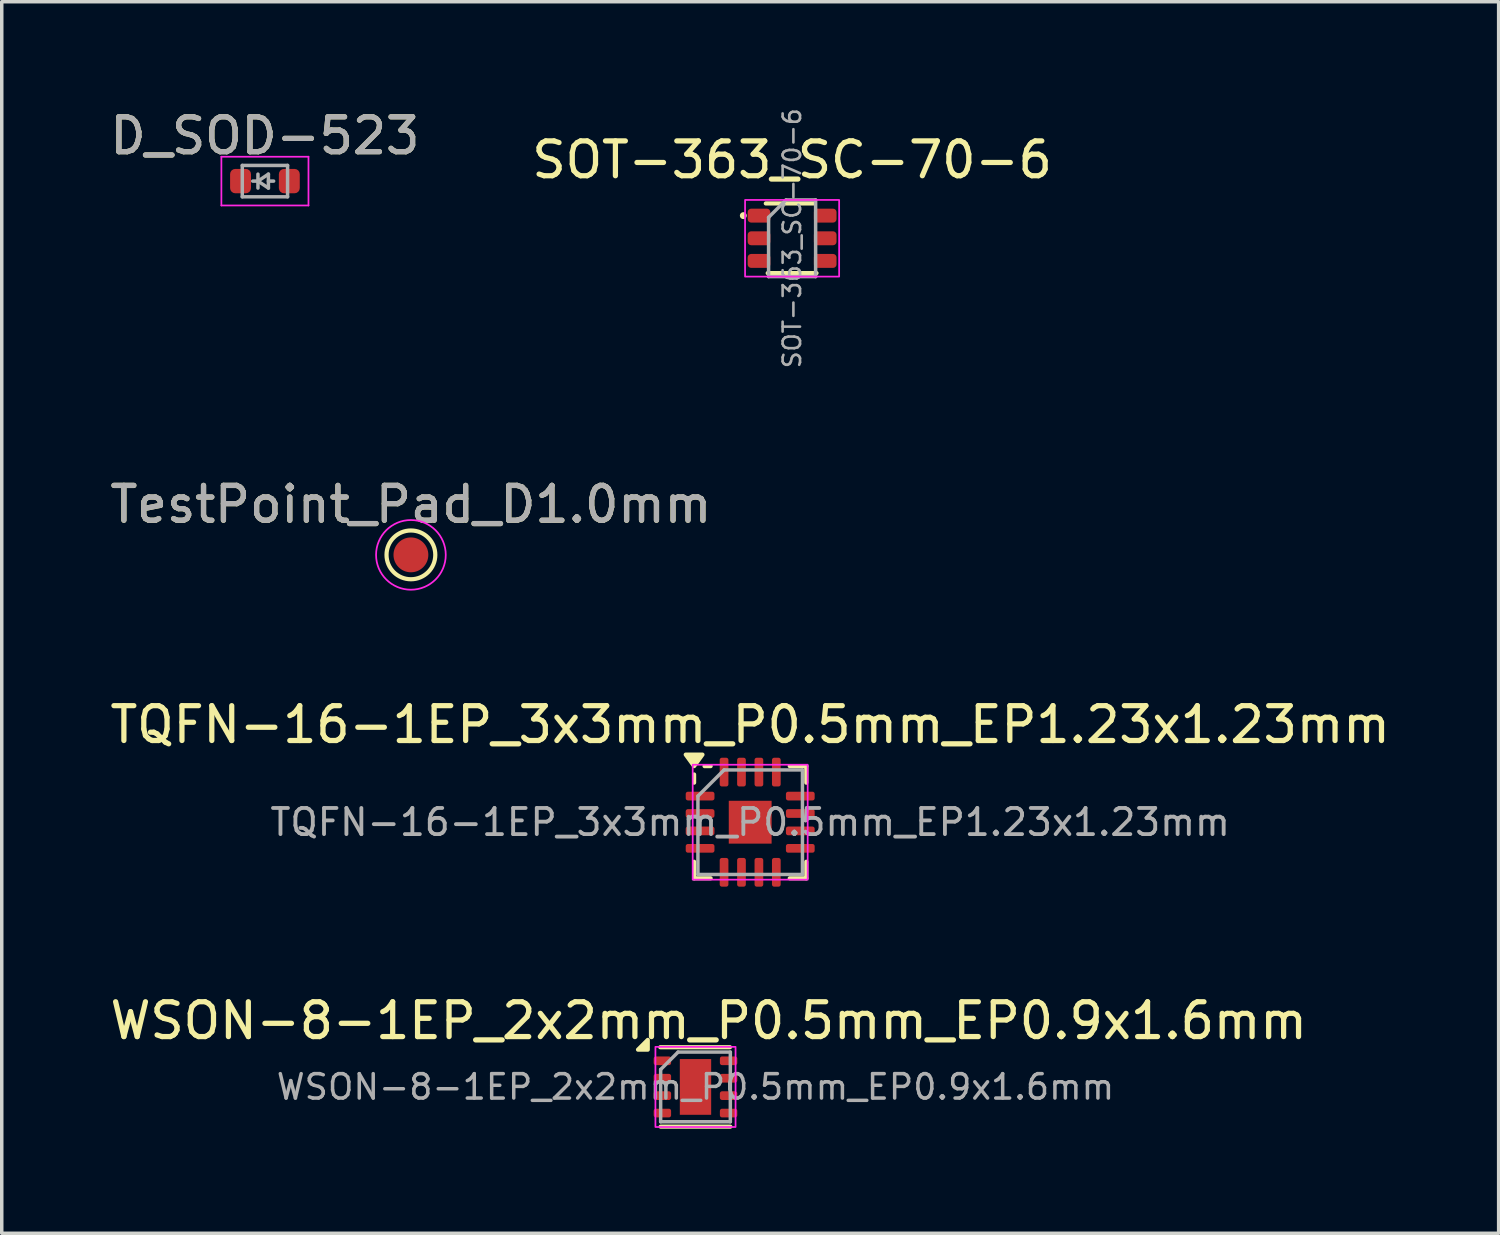
<source format=kicad_pcb>
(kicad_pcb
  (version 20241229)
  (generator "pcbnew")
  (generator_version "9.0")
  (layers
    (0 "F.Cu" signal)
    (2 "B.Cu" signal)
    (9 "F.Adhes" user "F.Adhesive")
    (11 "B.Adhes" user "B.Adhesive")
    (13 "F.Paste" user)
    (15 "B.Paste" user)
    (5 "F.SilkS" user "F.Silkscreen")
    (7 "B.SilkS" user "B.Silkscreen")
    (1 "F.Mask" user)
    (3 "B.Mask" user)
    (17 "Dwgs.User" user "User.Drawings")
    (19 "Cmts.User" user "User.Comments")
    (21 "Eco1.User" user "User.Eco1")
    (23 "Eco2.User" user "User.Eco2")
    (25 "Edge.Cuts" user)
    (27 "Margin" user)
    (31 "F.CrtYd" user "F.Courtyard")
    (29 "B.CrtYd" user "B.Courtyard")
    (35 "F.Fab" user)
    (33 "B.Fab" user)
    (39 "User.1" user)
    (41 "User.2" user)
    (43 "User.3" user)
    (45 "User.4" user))
  (footprint "TestPoint_Pad_D1.0mm"
    (layer "F.Cu")
    (at 8.744 12.876)
    (property "Reference" "TestPoint_Pad_D1.0mm" (at 0 -1.448 0) (layer "F.SilkS") (effects (font (size 1 1) (thickness 0.15))))
    (attr exclude_from_pos_files exclude_from_bom)
    (fp_circle (center 0 0) (end 0 0.7) (stroke (width 0.12) (type solid)) (fill no) (layer "F.SilkS"))
    (fp_circle (center 0 0) (end 1 0) (stroke (width 0.05) (type solid)) (fill no) (layer "F.CrtYd"))
    (fp_text user "${REFERENCE}" (at 0 -1.45 0) (layer "F.Fab") (effects (font (size 1 1) (thickness 0.15))))
    (pad "1" smd circle (at 0 0) (size 1 1) (layers "F.Cu" "F.Mask")))
  (footprint "TQFN-16-1EP_3x3mm_P0.5mm_EP1.23x1.23mm"
    (layer "F.Cu")
    (at 18.482 20.549)
    (property "Reference" "TQFN-16-1EP_3x3mm_P0.5mm_EP1.23x1.23mm" (at 0 -2.8 180) (layer "F.SilkS") (effects (font (size 1 1) (thickness 0.15))))
    (attr smd)
    (fp_line (start -1.61 -1.135) (end -1.61 -1.37) (stroke (width 0.12) (type solid)) (layer "F.SilkS"))
    (fp_line (start -1.61 1.61) (end -1.61 1.135) (stroke (width 0.12) (type solid)) (layer "F.SilkS"))
    (fp_line (start -1.135 -1.61) (end -1.31 -1.61) (stroke (width 0.12) (type solid)) (layer "F.SilkS"))
    (fp_line (start -1.135 1.61) (end -1.61 1.61) (stroke (width 0.12) (type solid)) (layer "F.SilkS"))
    (fp_line (start 1.135 -1.61) (end 1.61 -1.61) (stroke (width 0.12) (type solid)) (layer "F.SilkS"))
    (fp_line (start 1.135 1.61) (end 1.61 1.61) (stroke (width 0.12) (type solid)) (layer "F.SilkS"))
    (fp_line (start 1.61 -1.61) (end 1.61 -1.135) (stroke (width 0.12) (type solid)) (layer "F.SilkS"))
    (fp_line (start 1.61 1.61) (end 1.61 1.135) (stroke (width 0.12) (type solid)) (layer "F.SilkS"))
    (fp_poly (pts (xy -1.61 -1.61) (xy -1.85 -1.94) (xy -1.37 -1.94) (xy -1.61 -1.61)) (stroke (width 0.12) (type solid)) (fill yes) (layer "F.SilkS"))
    (fp_rect (start -1.65 -1.65) (end 1.65 1.65) (stroke (width 0.05) (type solid)) (fill no) (layer "F.CrtYd"))
    (fp_line (start -1.5 -0.75) (end -0.75 -1.5) (stroke (width 0.1) (type solid)) (layer "F.Fab"))
    (fp_line (start -1.5 1.5) (end -1.5 -0.75) (stroke (width 0.1) (type solid)) (layer "F.Fab"))
    (fp_line (start -0.75 -1.5) (end 1.5 -1.5) (stroke (width 0.1) (type solid)) (layer "F.Fab"))
    (fp_line (start 1.5 -1.5) (end 1.5 1.5) (stroke (width 0.1) (type solid)) (layer "F.Fab"))
    (fp_line (start 1.5 1.5) (end -1.5 1.5) (stroke (width 0.1) (type solid)) (layer "F.Fab"))
    (fp_text user "${REFERENCE}" (at 0 0 180) (layer "F.Fab") (effects (font (size 0.75 0.75) (thickness 0.11))))
    (pad "" smd roundrect (at -0.31 -0.31) (size 0.5 0.5) (layers "F.Paste") (roundrect_rratio 0.25))
    (pad "" smd roundrect (at -0.31 0.31) (size 0.5 0.5) (layers "F.Paste") (roundrect_rratio 0.25))
    (pad "" smd roundrect (at 0.31 -0.31) (size 0.5 0.5) (layers "F.Paste") (roundrect_rratio 0.25))
    (pad "" smd roundrect (at 0.31 0.31) (size 0.5 0.5) (layers "F.Paste") (roundrect_rratio 0.25))
    (pad "1" smd roundrect (at -1.438 -0.75) (size 0.825 0.25) (layers "F.Cu" "F.Mask" "F.Paste") (roundrect_rratio 0.25))
    (pad "2" smd roundrect (at -1.438 -0.25) (size 0.825 0.25) (layers "F.Cu" "F.Mask" "F.Paste") (roundrect_rratio 0.25))
    (pad "3" smd roundrect (at -1.438 0.25) (size 0.825 0.25) (layers "F.Cu" "F.Mask" "F.Paste") (roundrect_rratio 0.25))
    (pad "4" smd roundrect (at -1.438 0.75) (size 0.825 0.25) (layers "F.Cu" "F.Mask" "F.Paste") (roundrect_rratio 0.25))
    (pad "5" smd roundrect (at -0.75 1.438) (size 0.25 0.825) (layers "F.Cu" "F.Mask" "F.Paste") (roundrect_rratio 0.25))
    (pad "6" smd roundrect (at -0.25 1.438) (size 0.25 0.825) (layers "F.Cu" "F.Mask" "F.Paste") (roundrect_rratio 0.25))
    (pad "7" smd roundrect (at 0.25 1.438) (size 0.25 0.825) (layers "F.Cu" "F.Mask" "F.Paste") (roundrect_rratio 0.25))
    (pad "8" smd roundrect (at 0.75 1.438) (size 0.25 0.825) (layers "F.Cu" "F.Mask" "F.Paste") (roundrect_rratio 0.25))
    (pad "9" smd roundrect (at 1.438 0.75) (size 0.825 0.25) (layers "F.Cu" "F.Mask" "F.Paste") (roundrect_rratio 0.25))
    (pad "10" smd roundrect (at 1.438 0.25) (size 0.825 0.25) (layers "F.Cu" "F.Mask" "F.Paste") (roundrect_rratio 0.25))
    (pad "11" smd roundrect (at 1.438 -0.25) (size 0.825 0.25) (layers "F.Cu" "F.Mask" "F.Paste") (roundrect_rratio 0.25))
    (pad "12" smd roundrect (at 1.438 -0.75) (size 0.825 0.25) (layers "F.Cu" "F.Mask" "F.Paste") (roundrect_rratio 0.25))
    (pad "13" smd roundrect (at 0.75 -1.438) (size 0.25 0.825) (layers "F.Cu" "F.Mask" "F.Paste") (roundrect_rratio 0.25))
    (pad "14" smd roundrect (at 0.25 -1.438) (size 0.25 0.825) (layers "F.Cu" "F.Mask" "F.Paste") (roundrect_rratio 0.25))
    (pad "15" smd roundrect (at -0.25 -1.438) (size 0.25 0.825) (layers "F.Cu" "F.Mask" "F.Paste") (roundrect_rratio 0.25))
    (pad "16" smd roundrect (at -0.75 -1.438) (size 0.25 0.825) (layers "F.Cu" "F.Mask" "F.Paste") (roundrect_rratio 0.25))
    (pad "17" smd rect (at 0 0) (size 1.23 1.23) (property pad_prop_heatsink) (layers "F.Cu" "F.Mask")))
  (footprint "SOT-363_SC-70-6"
    (layer "F.Cu")
    (at 19.685 3.789)
    (property "Reference" "SOT-363_SC-70-6" (at 0 -2.25 0) (layer "F.SilkS") (effects (font (size 1 1) (thickness 0.15))))
    (attr smd)
    (fp_line (start -0.755 -1) (end 0.655 -1) (stroke (width 0.12) (type solid)) (layer "F.SilkS"))
    (fp_line (start -0.7 1) (end 0.7 1) (stroke (width 0.12) (type solid)) (layer "F.SilkS"))
    (fp_circle (center -1.4 -0.65) (end -1.35 -0.65) (stroke (width 0.1) (type default)) (fill no) (layer "F.SilkS"))
    (fp_rect (start -1.35 -1.1) (end 1.35 1.1) (stroke (width 0.05) (type solid)) (fill no) (layer "F.CrtYd"))
    (fp_line (start -0.675 -0.6) (end -0.675 1.1) (stroke (width 0.1) (type solid)) (layer "F.Fab"))
    (fp_line (start -0.175 -1.1) (end -0.675 -0.6) (stroke (width 0.1) (type solid)) (layer "F.Fab"))
    (fp_line (start 0.675 -1.1) (end -0.175 -1.1) (stroke (width 0.1) (type solid)) (layer "F.Fab"))
    (fp_line (start 0.675 -1.1) (end 0.675 1.1) (stroke (width 0.1) (type solid)) (layer "F.Fab"))
    (fp_line (start 0.675 1.1) (end -0.675 1.1) (stroke (width 0.1) (type solid)) (layer "F.Fab"))
    (fp_text user "${REFERENCE}" (at 0 0 90) (layer "F.Fab") (effects (font (size 0.5 0.5) (thickness 0.075))))
    (pad "1" smd roundrect (at -0.95 -0.65) (size 0.65 0.4) (layers "F.Cu" "F.Mask" "F.Paste") (roundrect_rratio 0.25))
    (pad "2" smd roundrect (at -0.95 0) (size 0.65 0.4) (layers "F.Cu" "F.Mask" "F.Paste") (roundrect_rratio 0.25))
    (pad "3" smd roundrect (at -0.95 0.65) (size 0.65 0.4) (layers "F.Cu" "F.Mask" "F.Paste") (roundrect_rratio 0.25))
    (pad "4" smd roundrect (at 0.95 0.65) (size 0.65 0.4) (layers "F.Cu" "F.Mask" "F.Paste") (roundrect_rratio 0.25))
    (pad "5" smd roundrect (at 0.95 0) (size 0.65 0.4) (layers "F.Cu" "F.Mask" "F.Paste") (roundrect_rratio 0.25))
    (pad "6" smd roundrect (at 0.95 -0.65) (size 0.65 0.4) (layers "F.Cu" "F.Mask" "F.Paste") (roundrect_rratio 0.25)))
  (footprint "WSON-8-1EP_2x2mm_P0.5mm_EP0.9x1.6mm"
    (layer "F.Cu")
    (at 16.912 28.147)
    (property "Reference" "WSON-8-1EP_2x2mm_P0.5mm_EP0.9x1.6mm" (at 0.38 -1.9 180) (layer "F.SilkS") (effects (font (size 1 1) (thickness 0.15))))
    (attr smd)
    (fp_line (start -1.01 -1.14) (end 0.99 -1.14) (stroke (width 0.12) (type solid)) (layer "F.SilkS"))
    (fp_line (start -1 1.14) (end 1 1.14) (stroke (width 0.12) (type solid)) (layer "F.SilkS"))
    (fp_poly (pts (xy -1.37 -1.07) (xy -1.65 -1.07) (xy -1.37 -1.35) (xy -1.37 -1.07)) (stroke (width 0.12) (type solid)) (fill yes) (layer "F.SilkS"))
    (fp_rect (start -1.15 -1.15) (end 1.15 1.15) (stroke (width 0.05) (type solid)) (fill no) (layer "F.CrtYd"))
    (fp_line (start -1 1) (end -1 -0.5) (stroke (width 0.1) (type solid)) (layer "F.Fab"))
    (fp_line (start -0.5 -1) (end -1 -0.5) (stroke (width 0.1) (type solid)) (layer "F.Fab"))
    (fp_line (start -0.5 -1) (end 1 -1) (stroke (width 0.1) (type solid)) (layer "F.Fab"))
    (fp_line (start 1 -1) (end 1 1) (stroke (width 0.1) (type solid)) (layer "F.Fab"))
    (fp_line (start 1 1) (end -1 1) (stroke (width 0.1) (type solid)) (layer "F.Fab"))
    (fp_text user "${REFERENCE}" (at 0 0 180) (layer "F.Fab") (effects (font (size 0.7 0.7) (thickness 0.1))))
    (pad "" smd rect (at 0 -0.4) (size 0.75 0.65) (layers "F.Paste"))
    (pad "" smd rect (at 0 0.4) (size 0.75 0.65) (layers "F.Paste"))
    (pad "1" smd roundrect (at -0.95 -0.75) (size 0.5 0.25) (layers "F.Cu" "F.Mask" "F.Paste") (roundrect_rratio 0.25))
    (pad "2" smd roundrect (at -0.95 -0.25) (size 0.5 0.25) (layers "F.Cu" "F.Mask" "F.Paste") (roundrect_rratio 0.25))
    (pad "3" smd roundrect (at -0.95 0.25) (size 0.5 0.25) (layers "F.Cu" "F.Mask" "F.Paste") (roundrect_rratio 0.25))
    (pad "4" smd roundrect (at -0.95 0.75) (size 0.5 0.25) (layers "F.Cu" "F.Mask" "F.Paste") (roundrect_rratio 0.25))
    (pad "5" smd roundrect (at 0.95 0.75) (size 0.5 0.25) (layers "F.Cu" "F.Mask" "F.Paste") (roundrect_rratio 0.25))
    (pad "6" smd roundrect (at 0.95 0.25) (size 0.5 0.25) (layers "F.Cu" "F.Mask" "F.Paste") (roundrect_rratio 0.25))
    (pad "7" smd roundrect (at 0.95 -0.25) (size 0.5 0.25) (layers "F.Cu" "F.Mask" "F.Paste") (roundrect_rratio 0.25))
    (pad "8" smd roundrect (at 0.95 -0.75) (size 0.5 0.25) (layers "F.Cu" "F.Mask" "F.Paste") (roundrect_rratio 0.25))
    (pad "9" smd rect (at 0 0) (size 0.9 1.6) (layers "F.Cu" "F.Mask")))
  (footprint "D_SOD-523"
    (layer "F.Cu")
    (at 4.554 2.148)
    (property "Reference" "D_SOD-523" (at 0 -1.3 0) (layer "F.SilkS") (effects (font (size 1 1) (thickness 0.15))))
    (attr smd)
    (fp_line (start -1.25 -0.7) (end 1.25 -0.7) (stroke (width 0.05) (type solid)) (layer "F.CrtYd"))
    (fp_line (start -1.25 0.7) (end -1.25 -0.7) (stroke (width 0.05) (type solid)) (layer "F.CrtYd"))
    (fp_line (start 1.25 -0.7) (end 1.25 0.7) (stroke (width 0.05) (type solid)) (layer "F.CrtYd"))
    (fp_line (start 1.25 0.7) (end -1.25 0.7) (stroke (width 0.05) (type solid)) (layer "F.CrtYd"))
    (fp_line (start -0.65 -0.45) (end 0.65 -0.45) (stroke (width 0.1) (type solid)) (layer "F.Fab"))
    (fp_line (start -0.65 0.45) (end -0.65 -0.45) (stroke (width 0.1) (type solid)) (layer "F.Fab"))
    (fp_line (start -0.2 0) (end -0.35 0) (stroke (width 0.1) (type solid)) (layer "F.Fab"))
    (fp_line (start -0.2 0) (end 0.1 0.2) (stroke (width 0.1) (type solid)) (layer "F.Fab"))
    (fp_line (start -0.2 0.2) (end -0.2 -0.2) (stroke (width 0.1) (type solid)) (layer "F.Fab"))
    (fp_line (start 0.1 -0.2) (end -0.2 0) (stroke (width 0.1) (type solid)) (layer "F.Fab"))
    (fp_line (start 0.1 0) (end 0.25 0) (stroke (width 0.1) (type solid)) (layer "F.Fab"))
    (fp_line (start 0.1 0.2) (end 0.1 -0.2) (stroke (width 0.1) (type solid)) (layer "F.Fab"))
    (fp_line (start 0.65 -0.45) (end 0.65 0.45) (stroke (width 0.1) (type solid)) (layer "F.Fab"))
    (fp_line (start 0.65 0.45) (end -0.65 0.45) (stroke (width 0.1) (type solid)) (layer "F.Fab"))
    (fp_text user "${REFERENCE}" (at 0 -1.3 0) (layer "F.Fab") (effects (font (size 1 1) (thickness 0.15))))
    (pad "1" smd roundrect (at -0.7 0 180) (size 0.6 0.7) (layers "F.Cu" "F.Mask" "F.Paste") (roundrect_rratio 0.25))
    (pad "2" smd roundrect (at 0.7 0 180) (size 0.6 0.7) (layers "F.Cu" "F.Mask" "F.Paste") (roundrect_rratio 0.25)))
  (gr_rect
    (start -3 -3)
    (end 39.964 32.347)
    (stroke (width 0.1) (type default))
    (fill no)
    (layer "Edge.Cuts")))
</source>
